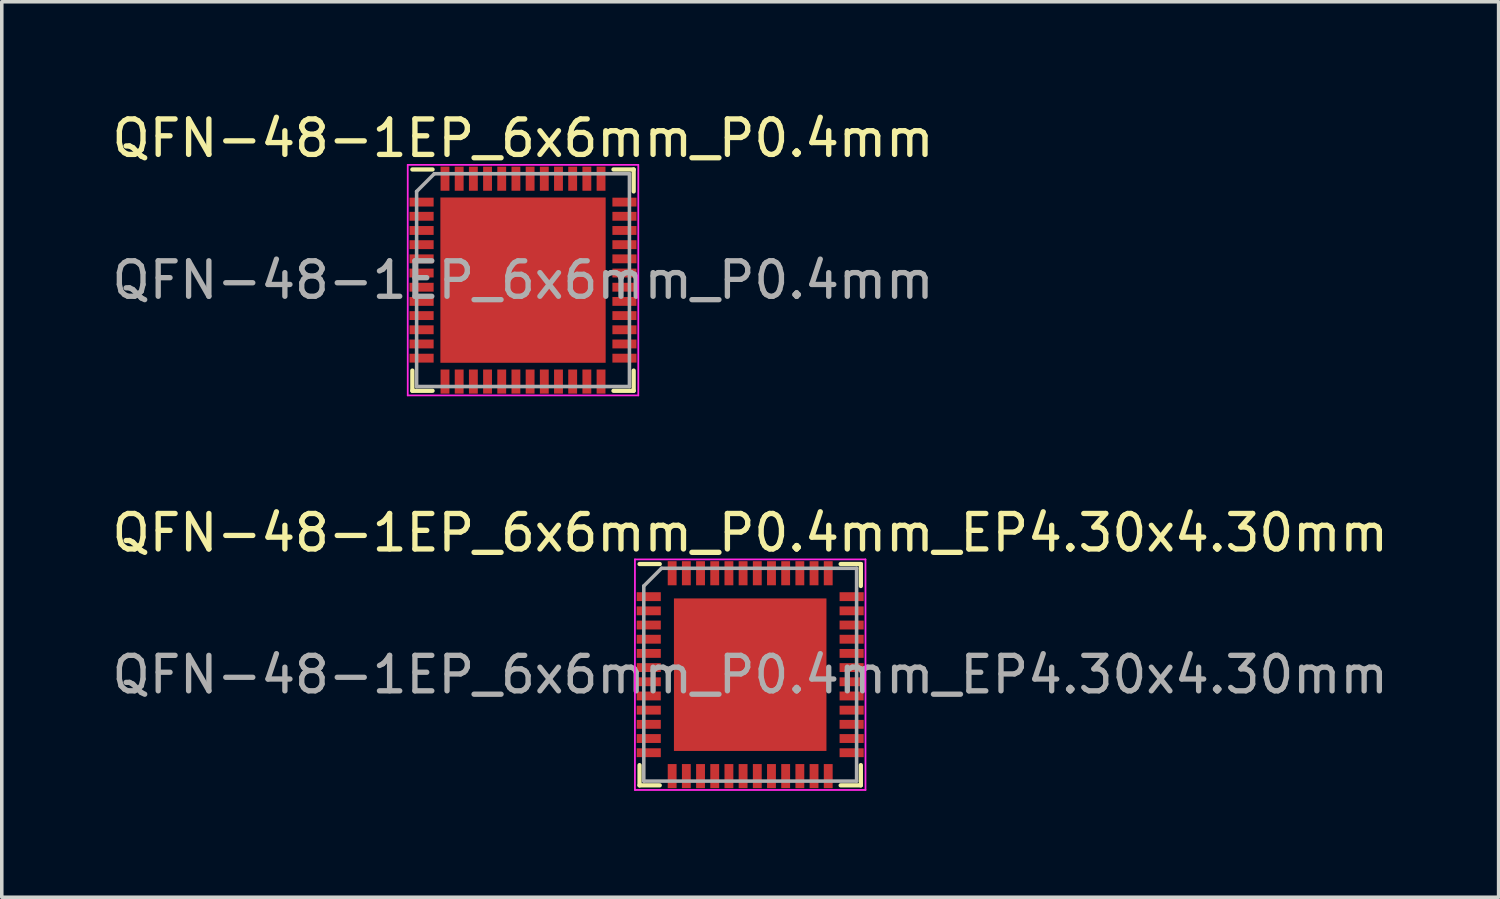
<source format=kicad_pcb>
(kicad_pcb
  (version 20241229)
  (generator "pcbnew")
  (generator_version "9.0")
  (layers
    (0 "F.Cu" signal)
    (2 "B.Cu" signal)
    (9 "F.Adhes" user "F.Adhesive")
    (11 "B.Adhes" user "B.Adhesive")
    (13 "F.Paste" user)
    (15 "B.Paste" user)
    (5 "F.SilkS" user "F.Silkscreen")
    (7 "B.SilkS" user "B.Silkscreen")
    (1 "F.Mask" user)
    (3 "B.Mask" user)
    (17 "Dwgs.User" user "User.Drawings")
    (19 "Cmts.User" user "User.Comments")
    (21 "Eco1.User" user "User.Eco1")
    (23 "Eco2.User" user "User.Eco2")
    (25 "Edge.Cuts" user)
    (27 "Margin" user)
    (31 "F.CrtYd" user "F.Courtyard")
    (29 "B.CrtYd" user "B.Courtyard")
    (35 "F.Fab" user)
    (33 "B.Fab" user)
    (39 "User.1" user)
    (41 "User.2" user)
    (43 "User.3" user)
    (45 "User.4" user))
  (footprint "QFN-48-1EP_6x6mm_P0.4mm"
    (layer "F.Cu")
    (at 11.696 4.848)
    (property "Reference" "QFN-48-1EP_6x6mm_P0.4mm" (at 0 -4 0) (layer "F.SilkS") (effects (font (size 1 1) (thickness 0.15))))
    (attr smd)
    (fp_line (start -3.12 -3.12) (end -2.55 -3.12) (stroke (width 0.12) (type solid)) (layer "F.SilkS"))
    (fp_line (start -3.12 3.12) (end -3.12 2.55) (stroke (width 0.12) (type solid)) (layer "F.SilkS"))
    (fp_line (start -2.55 3.12) (end -3.12 3.12) (stroke (width 0.12) (type solid)) (layer "F.SilkS"))
    (fp_line (start 2.55 -3.12) (end 3.12 -3.12) (stroke (width 0.12) (type solid)) (layer "F.SilkS"))
    (fp_line (start 2.55 3.12) (end 3.12 3.12) (stroke (width 0.12) (type solid)) (layer "F.SilkS"))
    (fp_line (start 3.12 -2.5) (end 3.12 -3.12) (stroke (width 0.12) (type solid)) (layer "F.SilkS"))
    (fp_line (start 3.12 3.12) (end 3.12 2.55) (stroke (width 0.12) (type solid)) (layer "F.SilkS"))
    (fp_line (start -3.25 -3.25) (end -3.25 3.25) (stroke (width 0.05) (type solid)) (layer "F.CrtYd"))
    (fp_line (start -3.25 3.25) (end 3.25 3.25) (stroke (width 0.05) (type solid)) (layer "F.CrtYd"))
    (fp_line (start 3.25 -3.25) (end -3.25 -3.25) (stroke (width 0.05) (type solid)) (layer "F.CrtYd"))
    (fp_line (start 3.25 3.25) (end 3.25 -3.25) (stroke (width 0.05) (type solid)) (layer "F.CrtYd"))
    (fp_line (start -3 3) (end -3 -2.5) (stroke (width 0.1) (type solid)) (layer "F.Fab"))
    (fp_line (start -2.5 -3) (end -3 -2.5) (stroke (width 0.1) (type solid)) (layer "F.Fab"))
    (fp_line (start 3 -3) (end -2.5 -3) (stroke (width 0.1) (type solid)) (layer "F.Fab"))
    (fp_line (start 3 -3) (end 3 3) (stroke (width 0.1) (type solid)) (layer "F.Fab"))
    (fp_line (start 3 3) (end -3 3) (stroke (width 0.1) (type solid)) (layer "F.Fab"))
    (fp_text user "${REFERENCE}" (at 0 0 0) (layer "F.Fab") (effects (font (size 1 1) (thickness 0.15))))
    (pad "" smd rect (at -1.725 -1.725) (size 0.9 0.9) (layers "F.Paste"))
    (pad "" smd rect (at -1.725 -0.575) (size 0.9 0.9) (layers "F.Paste"))
    (pad "" smd rect (at -1.725 0.575) (size 0.9 0.9) (layers "F.Paste"))
    (pad "" smd rect (at -1.725 1.725) (size 0.9 0.9) (layers "F.Paste"))
    (pad "" smd rect (at -0.575 -1.725) (size 0.9 0.9) (layers "F.Paste"))
    (pad "" smd rect (at -0.575 -0.575) (size 0.9 0.9) (layers "F.Paste"))
    (pad "" smd rect (at -0.575 0.575) (size 0.9 0.9) (layers "F.Paste"))
    (pad "" smd rect (at -0.575 1.725) (size 0.9 0.9) (layers "F.Paste"))
    (pad "" smd rect (at 0.575 -1.725) (size 0.9 0.9) (layers "F.Paste"))
    (pad "" smd rect (at 0.575 -0.575) (size 0.9 0.9) (layers "F.Paste"))
    (pad "" smd rect (at 0.575 0.575) (size 0.9 0.9) (layers "F.Paste"))
    (pad "" smd rect (at 0.575 1.725) (size 0.9 0.9) (layers "F.Paste"))
    (pad "" smd rect (at 1.725 -1.725) (size 0.9 0.9) (layers "F.Paste"))
    (pad "" smd rect (at 1.725 -0.575) (size 0.9 0.9) (layers "F.Paste"))
    (pad "" smd rect (at 1.725 0.575) (size 0.9 0.9) (layers "F.Paste"))
    (pad "" smd rect (at 1.725 1.725) (size 0.9 0.9) (layers "F.Paste"))
    (pad "1" smd rect (at -2.86 -2.2) (size 0.68 0.25) (layers "F.Cu" "F.Mask" "F.Paste"))
    (pad "2" smd rect (at -2.86 -1.8) (size 0.68 0.25) (layers "F.Cu" "F.Mask" "F.Paste"))
    (pad "3" smd rect (at -2.86 -1.4) (size 0.68 0.25) (layers "F.Cu" "F.Mask" "F.Paste"))
    (pad "4" smd rect (at -2.86 -1) (size 0.68 0.25) (layers "F.Cu" "F.Mask" "F.Paste"))
    (pad "5" smd rect (at -2.86 -0.6) (size 0.68 0.25) (layers "F.Cu" "F.Mask" "F.Paste"))
    (pad "6" smd rect (at -2.86 -0.2) (size 0.68 0.25) (layers "F.Cu" "F.Mask" "F.Paste"))
    (pad "7" smd rect (at -2.86 0.2) (size 0.68 0.25) (layers "F.Cu" "F.Mask" "F.Paste"))
    (pad "8" smd rect (at -2.86 0.6) (size 0.68 0.25) (layers "F.Cu" "F.Mask" "F.Paste"))
    (pad "9" smd rect (at -2.86 1) (size 0.68 0.25) (layers "F.Cu" "F.Mask" "F.Paste"))
    (pad "10" smd rect (at -2.86 1.4) (size 0.68 0.25) (layers "F.Cu" "F.Mask" "F.Paste"))
    (pad "11" smd rect (at -2.86 1.8) (size 0.68 0.25) (layers "F.Cu" "F.Mask" "F.Paste"))
    (pad "12" smd rect (at -2.86 2.2) (size 0.68 0.25) (layers "F.Cu" "F.Mask" "F.Paste"))
    (pad "13" smd rect (at -2.2 2.86) (size 0.25 0.68) (layers "F.Cu" "F.Mask" "F.Paste"))
    (pad "14" smd rect (at -1.8 2.86) (size 0.25 0.68) (layers "F.Cu" "F.Mask" "F.Paste"))
    (pad "15" smd rect (at -1.4 2.86) (size 0.25 0.68) (layers "F.Cu" "F.Mask" "F.Paste"))
    (pad "16" smd rect (at -1 2.86) (size 0.25 0.68) (layers "F.Cu" "F.Mask" "F.Paste"))
    (pad "17" smd rect (at -0.6 2.86) (size 0.25 0.68) (layers "F.Cu" "F.Mask" "F.Paste"))
    (pad "18" smd rect (at -0.2 2.86) (size 0.25 0.68) (layers "F.Cu" "F.Mask" "F.Paste"))
    (pad "19" smd rect (at 0.2 2.86) (size 0.25 0.68) (layers "F.Cu" "F.Mask" "F.Paste"))
    (pad "20" smd rect (at 0.6 2.86) (size 0.25 0.68) (layers "F.Cu" "F.Mask" "F.Paste"))
    (pad "21" smd rect (at 1 2.86) (size 0.25 0.68) (layers "F.Cu" "F.Mask" "F.Paste"))
    (pad "22" smd rect (at 1.4 2.86) (size 0.25 0.68) (layers "F.Cu" "F.Mask" "F.Paste"))
    (pad "23" smd rect (at 1.8 2.86) (size 0.25 0.68) (layers "F.Cu" "F.Mask" "F.Paste"))
    (pad "24" smd rect (at 2.2 2.86) (size 0.25 0.68) (layers "F.Cu" "F.Mask" "F.Paste"))
    (pad "25" smd rect (at 2.86 2.2) (size 0.68 0.25) (layers "F.Cu" "F.Mask" "F.Paste"))
    (pad "26" smd rect (at 2.86 1.8) (size 0.68 0.25) (layers "F.Cu" "F.Mask" "F.Paste"))
    (pad "27" smd rect (at 2.86 1.4) (size 0.68 0.25) (layers "F.Cu" "F.Mask" "F.Paste"))
    (pad "28" smd rect (at 2.86 1) (size 0.68 0.25) (layers "F.Cu" "F.Mask" "F.Paste"))
    (pad "29" smd rect (at 2.86 0.6) (size 0.68 0.25) (layers "F.Cu" "F.Mask" "F.Paste"))
    (pad "30" smd rect (at 2.86 0.2) (size 0.68 0.25) (layers "F.Cu" "F.Mask" "F.Paste"))
    (pad "31" smd rect (at 2.86 -0.2) (size 0.68 0.25) (layers "F.Cu" "F.Mask" "F.Paste"))
    (pad "32" smd rect (at 2.86 -0.6) (size 0.68 0.25) (layers "F.Cu" "F.Mask" "F.Paste"))
    (pad "33" smd rect (at 2.86 -1) (size 0.68 0.25) (layers "F.Cu" "F.Mask" "F.Paste"))
    (pad "34" smd rect (at 2.86 -1.4) (size 0.68 0.25) (layers "F.Cu" "F.Mask" "F.Paste"))
    (pad "35" smd rect (at 2.86 -1.8) (size 0.68 0.25) (layers "F.Cu" "F.Mask" "F.Paste"))
    (pad "36" smd rect (at 2.86 -2.2) (size 0.68 0.25) (layers "F.Cu" "F.Mask" "F.Paste"))
    (pad "37" smd rect (at 2.2 -2.86) (size 0.25 0.68) (layers "F.Cu" "F.Mask" "F.Paste"))
    (pad "38" smd rect (at 1.8 -2.86) (size 0.25 0.68) (layers "F.Cu" "F.Mask" "F.Paste"))
    (pad "39" smd rect (at 1.4 -2.86) (size 0.25 0.68) (layers "F.Cu" "F.Mask" "F.Paste"))
    (pad "40" smd rect (at 1 -2.86) (size 0.25 0.68) (layers "F.Cu" "F.Mask" "F.Paste"))
    (pad "41" smd rect (at 0.6 -2.86) (size 0.25 0.68) (layers "F.Cu" "F.Mask" "F.Paste"))
    (pad "42" smd rect (at 0.2 -2.86) (size 0.25 0.68) (layers "F.Cu" "F.Mask" "F.Paste"))
    (pad "43" smd rect (at -0.2 -2.86) (size 0.25 0.68) (layers "F.Cu" "F.Mask" "F.Paste"))
    (pad "44" smd rect (at -0.6 -2.86) (size 0.25 0.68) (layers "F.Cu" "F.Mask" "F.Paste"))
    (pad "45" smd rect (at -1 -2.86) (size 0.25 0.68) (layers "F.Cu" "F.Mask" "F.Paste"))
    (pad "46" smd rect (at -1.4 -2.86) (size 0.25 0.68) (layers "F.Cu" "F.Mask" "F.Paste"))
    (pad "47" smd rect (at -1.8 -2.86) (size 0.25 0.68) (layers "F.Cu" "F.Mask" "F.Paste"))
    (pad "48" smd rect (at -2.2 -2.86) (size 0.25 0.68) (layers "F.Cu" "F.Mask" "F.Paste"))
    (pad "49" smd rect (at 0 0) (size 4.66 4.66) (layers "F.Cu" "F.Mask")))
  (footprint "QFN-48-1EP_6x6mm_P0.4mm_EP4.30x4.30mm"
    (layer "F.Cu")
    (at 18.101 15.972)
    (property "Reference" "QFN-48-1EP_6x6mm_P0.4mm_EP4.30x4.30mm" (at 0 -4 0) (layer "F.SilkS") (effects (font (size 1 1) (thickness 0.15))))
    (attr smd)
    (fp_line (start -3.12 -3.12) (end -2.55 -3.12) (stroke (width 0.12) (type solid)) (layer "F.SilkS"))
    (fp_line (start -3.12 3.12) (end -3.12 2.55) (stroke (width 0.12) (type solid)) (layer "F.SilkS"))
    (fp_line (start -2.55 3.12) (end -3.12 3.12) (stroke (width 0.12) (type solid)) (layer "F.SilkS"))
    (fp_line (start 2.55 -3.12) (end 3.12 -3.12) (stroke (width 0.12) (type solid)) (layer "F.SilkS"))
    (fp_line (start 2.55 3.12) (end 3.12 3.12) (stroke (width 0.12) (type solid)) (layer "F.SilkS"))
    (fp_line (start 3.12 -2.5) (end 3.12 -3.12) (stroke (width 0.12) (type solid)) (layer "F.SilkS"))
    (fp_line (start 3.12 3.12) (end 3.12 2.55) (stroke (width 0.12) (type solid)) (layer "F.SilkS"))
    (fp_line (start -3.25 -3.25) (end -3.25 3.25) (stroke (width 0.05) (type solid)) (layer "F.CrtYd"))
    (fp_line (start -3.25 3.25) (end 3.25 3.25) (stroke (width 0.05) (type solid)) (layer "F.CrtYd"))
    (fp_line (start 3.25 -3.25) (end -3.25 -3.25) (stroke (width 0.05) (type solid)) (layer "F.CrtYd"))
    (fp_line (start 3.25 3.25) (end 3.25 -3.25) (stroke (width 0.05) (type solid)) (layer "F.CrtYd"))
    (fp_line (start -3 3) (end -3 -2.5) (stroke (width 0.1) (type solid)) (layer "F.Fab"))
    (fp_line (start -2.5 -3) (end -3 -2.5) (stroke (width 0.1) (type solid)) (layer "F.Fab"))
    (fp_line (start 3 -3) (end -2.5 -3) (stroke (width 0.1) (type solid)) (layer "F.Fab"))
    (fp_line (start 3 -3) (end 3 3) (stroke (width 0.1) (type solid)) (layer "F.Fab"))
    (fp_line (start 3 3) (end -3 3) (stroke (width 0.1) (type solid)) (layer "F.Fab"))
    (fp_text user "${REFERENCE}" (at 0 0 0) (layer "F.Fab") (effects (font (size 1 1) (thickness 0.15))))
    (pad "" smd rect (at -1.545 -1.545) (size 0.9 0.9) (layers "F.Paste"))
    (pad "" smd rect (at -1.545 -0.575) (size 0.9 0.9) (layers "F.Paste"))
    (pad "" smd rect (at -1.545 0.575) (size 0.9 0.9) (layers "F.Paste"))
    (pad "" smd rect (at -1.545 1.545) (size 0.9 0.9) (layers "F.Paste"))
    (pad "" smd rect (at -0.575 -1.545) (size 0.9 0.9) (layers "F.Paste"))
    (pad "" smd rect (at -0.575 -0.575) (size 0.9 0.9) (layers "F.Paste"))
    (pad "" smd rect (at -0.575 0.575) (size 0.9 0.9) (layers "F.Paste"))
    (pad "" smd rect (at -0.575 1.545) (size 0.9 0.9) (layers "F.Paste"))
    (pad "" smd rect (at 0.575 -1.545) (size 0.9 0.9) (layers "F.Paste"))
    (pad "" smd rect (at 0.575 -0.575) (size 0.9 0.9) (layers "F.Paste"))
    (pad "" smd rect (at 0.575 0.575) (size 0.9 0.9) (layers "F.Paste"))
    (pad "" smd rect (at 0.575 1.545) (size 0.9 0.9) (layers "F.Paste"))
    (pad "" smd rect (at 1.545 -1.545) (size 0.9 0.9) (layers "F.Paste"))
    (pad "" smd rect (at 1.545 -0.575) (size 0.9 0.9) (layers "F.Paste"))
    (pad "" smd rect (at 1.545 0.575) (size 0.9 0.9) (layers "F.Paste"))
    (pad "" smd rect (at 1.545 1.545) (size 0.9 0.9) (layers "F.Paste"))
    (pad "1" smd rect (at -2.86 -2.2) (size 0.68 0.25) (layers "F.Cu" "F.Mask" "F.Paste"))
    (pad "2" smd rect (at -2.86 -1.8) (size 0.68 0.25) (layers "F.Cu" "F.Mask" "F.Paste"))
    (pad "3" smd rect (at -2.86 -1.4) (size 0.68 0.25) (layers "F.Cu" "F.Mask" "F.Paste"))
    (pad "4" smd rect (at -2.86 -1) (size 0.68 0.25) (layers "F.Cu" "F.Mask" "F.Paste"))
    (pad "5" smd rect (at -2.86 -0.6) (size 0.68 0.25) (layers "F.Cu" "F.Mask" "F.Paste"))
    (pad "6" smd rect (at -2.86 -0.2) (size 0.68 0.25) (layers "F.Cu" "F.Mask" "F.Paste"))
    (pad "7" smd rect (at -2.86 0.2) (size 0.68 0.25) (layers "F.Cu" "F.Mask" "F.Paste"))
    (pad "8" smd rect (at -2.86 0.6) (size 0.68 0.25) (layers "F.Cu" "F.Mask" "F.Paste"))
    (pad "9" smd rect (at -2.86 1) (size 0.68 0.25) (layers "F.Cu" "F.Mask" "F.Paste"))
    (pad "10" smd rect (at -2.86 1.4) (size 0.68 0.25) (layers "F.Cu" "F.Mask" "F.Paste"))
    (pad "11" smd rect (at -2.86 1.8) (size 0.68 0.25) (layers "F.Cu" "F.Mask" "F.Paste"))
    (pad "12" smd rect (at -2.86 2.2) (size 0.68 0.25) (layers "F.Cu" "F.Mask" "F.Paste"))
    (pad "13" smd rect (at -2.2 2.86) (size 0.25 0.68) (layers "F.Cu" "F.Mask" "F.Paste"))
    (pad "14" smd rect (at -1.8 2.86) (size 0.25 0.68) (layers "F.Cu" "F.Mask" "F.Paste"))
    (pad "15" smd rect (at -1.4 2.86) (size 0.25 0.68) (layers "F.Cu" "F.Mask" "F.Paste"))
    (pad "16" smd rect (at -1 2.86) (size 0.25 0.68) (layers "F.Cu" "F.Mask" "F.Paste"))
    (pad "17" smd rect (at -0.6 2.86) (size 0.25 0.68) (layers "F.Cu" "F.Mask" "F.Paste"))
    (pad "18" smd rect (at -0.2 2.86) (size 0.25 0.68) (layers "F.Cu" "F.Mask" "F.Paste"))
    (pad "19" smd rect (at 0.2 2.86) (size 0.25 0.68) (layers "F.Cu" "F.Mask" "F.Paste"))
    (pad "20" smd rect (at 0.6 2.86) (size 0.25 0.68) (layers "F.Cu" "F.Mask" "F.Paste"))
    (pad "21" smd rect (at 1 2.86) (size 0.25 0.68) (layers "F.Cu" "F.Mask" "F.Paste"))
    (pad "22" smd rect (at 1.4 2.86) (size 0.25 0.68) (layers "F.Cu" "F.Mask" "F.Paste"))
    (pad "23" smd rect (at 1.8 2.86) (size 0.25 0.68) (layers "F.Cu" "F.Mask" "F.Paste"))
    (pad "24" smd rect (at 2.2 2.86) (size 0.25 0.68) (layers "F.Cu" "F.Mask" "F.Paste"))
    (pad "25" smd rect (at 2.86 2.2) (size 0.68 0.25) (layers "F.Cu" "F.Mask" "F.Paste"))
    (pad "26" smd rect (at 2.86 1.8) (size 0.68 0.25) (layers "F.Cu" "F.Mask" "F.Paste"))
    (pad "27" smd rect (at 2.86 1.4) (size 0.68 0.25) (layers "F.Cu" "F.Mask" "F.Paste"))
    (pad "28" smd rect (at 2.86 1) (size 0.68 0.25) (layers "F.Cu" "F.Mask" "F.Paste"))
    (pad "29" smd rect (at 2.86 0.6) (size 0.68 0.25) (layers "F.Cu" "F.Mask" "F.Paste"))
    (pad "30" smd rect (at 2.86 0.2) (size 0.68 0.25) (layers "F.Cu" "F.Mask" "F.Paste"))
    (pad "31" smd rect (at 2.86 -0.2) (size 0.68 0.25) (layers "F.Cu" "F.Mask" "F.Paste"))
    (pad "32" smd rect (at 2.86 -0.6) (size 0.68 0.25) (layers "F.Cu" "F.Mask" "F.Paste"))
    (pad "33" smd rect (at 2.86 -1) (size 0.68 0.25) (layers "F.Cu" "F.Mask" "F.Paste"))
    (pad "34" smd rect (at 2.86 -1.4) (size 0.68 0.25) (layers "F.Cu" "F.Mask" "F.Paste"))
    (pad "35" smd rect (at 2.86 -1.8) (size 0.68 0.25) (layers "F.Cu" "F.Mask" "F.Paste"))
    (pad "36" smd rect (at 2.86 -2.2) (size 0.68 0.25) (layers "F.Cu" "F.Mask" "F.Paste"))
    (pad "37" smd rect (at 2.2 -2.86) (size 0.25 0.68) (layers "F.Cu" "F.Mask" "F.Paste"))
    (pad "38" smd rect (at 1.8 -2.86) (size 0.25 0.68) (layers "F.Cu" "F.Mask" "F.Paste"))
    (pad "39" smd rect (at 1.4 -2.86) (size 0.25 0.68) (layers "F.Cu" "F.Mask" "F.Paste"))
    (pad "40" smd rect (at 1 -2.86) (size 0.25 0.68) (layers "F.Cu" "F.Mask" "F.Paste"))
    (pad "41" smd rect (at 0.6 -2.86) (size 0.25 0.68) (layers "F.Cu" "F.Mask" "F.Paste"))
    (pad "42" smd rect (at 0.2 -2.86) (size 0.25 0.68) (layers "F.Cu" "F.Mask" "F.Paste"))
    (pad "43" smd rect (at -0.2 -2.86) (size 0.25 0.68) (layers "F.Cu" "F.Mask" "F.Paste"))
    (pad "44" smd rect (at -0.6 -2.86) (size 0.25 0.68) (layers "F.Cu" "F.Mask" "F.Paste"))
    (pad "45" smd rect (at -1 -2.86) (size 0.25 0.68) (layers "F.Cu" "F.Mask" "F.Paste"))
    (pad "46" smd rect (at -1.4 -2.86) (size 0.25 0.68) (layers "F.Cu" "F.Mask" "F.Paste"))
    (pad "47" smd rect (at -1.8 -2.86) (size 0.25 0.68) (layers "F.Cu" "F.Mask" "F.Paste"))
    (pad "48" smd rect (at -2.2 -2.86) (size 0.25 0.68) (layers "F.Cu" "F.Mask" "F.Paste"))
    (pad "49" smd rect (at 0 0) (size 4.3 4.3) (layers "F.Cu" "F.Mask")))
  (gr_rect
    (start -3 -3)
    (end 39.202 22.247)
    (stroke (width 0.1) (type default))
    (fill no)
    (layer "Edge.Cuts")))
</source>
